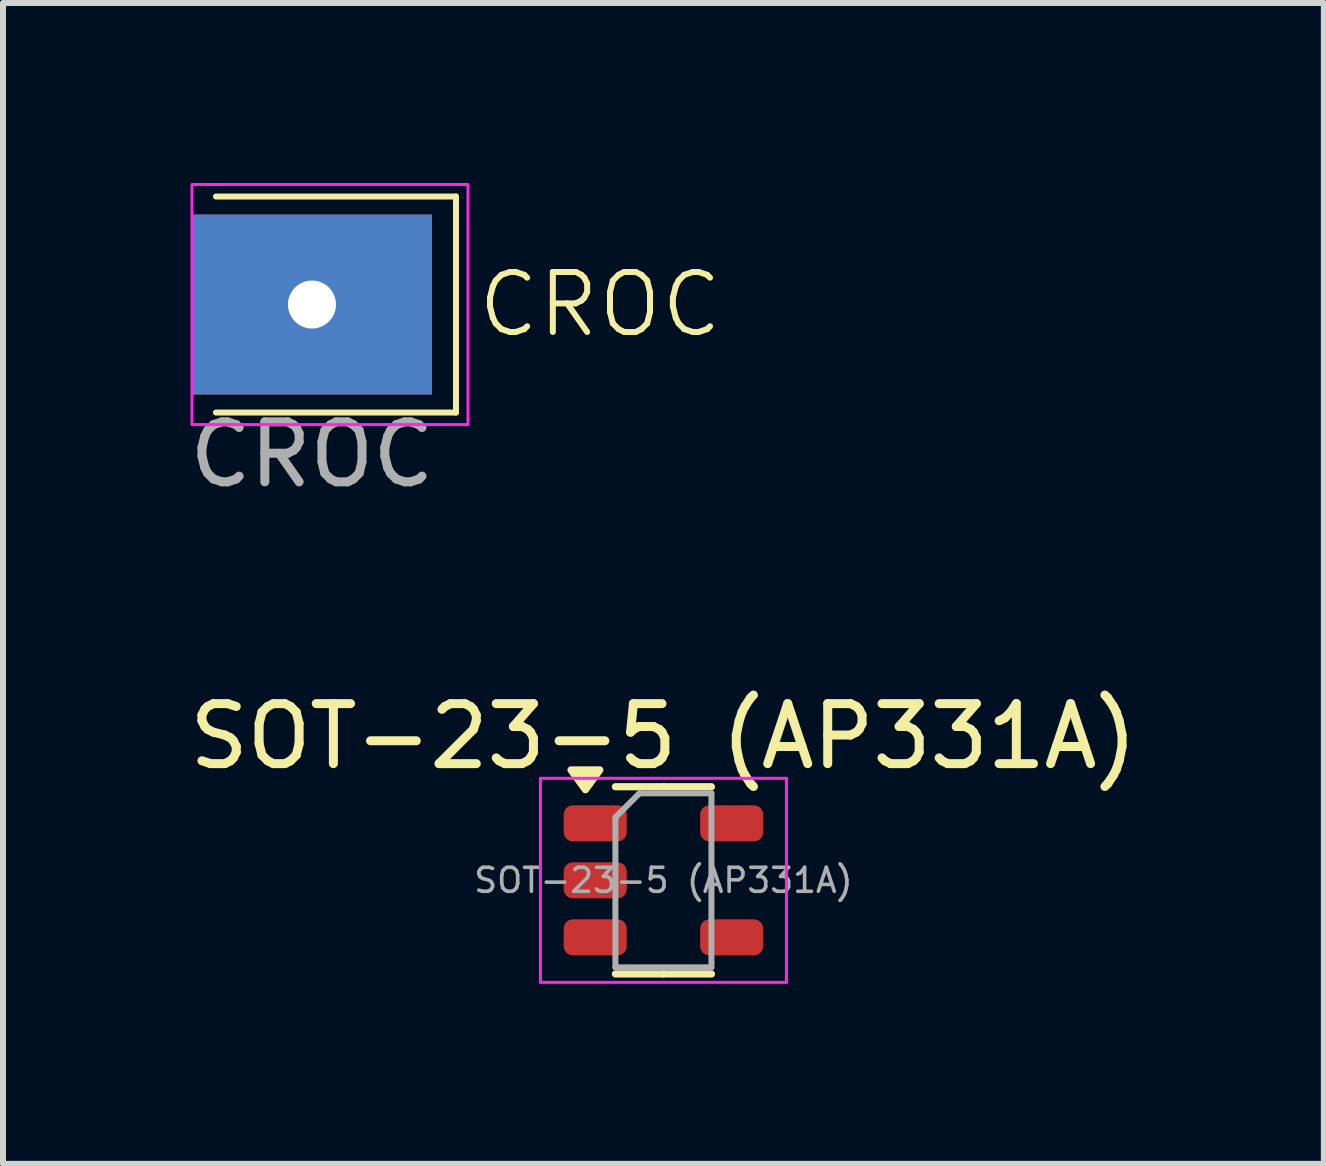
<source format=kicad_pcb>
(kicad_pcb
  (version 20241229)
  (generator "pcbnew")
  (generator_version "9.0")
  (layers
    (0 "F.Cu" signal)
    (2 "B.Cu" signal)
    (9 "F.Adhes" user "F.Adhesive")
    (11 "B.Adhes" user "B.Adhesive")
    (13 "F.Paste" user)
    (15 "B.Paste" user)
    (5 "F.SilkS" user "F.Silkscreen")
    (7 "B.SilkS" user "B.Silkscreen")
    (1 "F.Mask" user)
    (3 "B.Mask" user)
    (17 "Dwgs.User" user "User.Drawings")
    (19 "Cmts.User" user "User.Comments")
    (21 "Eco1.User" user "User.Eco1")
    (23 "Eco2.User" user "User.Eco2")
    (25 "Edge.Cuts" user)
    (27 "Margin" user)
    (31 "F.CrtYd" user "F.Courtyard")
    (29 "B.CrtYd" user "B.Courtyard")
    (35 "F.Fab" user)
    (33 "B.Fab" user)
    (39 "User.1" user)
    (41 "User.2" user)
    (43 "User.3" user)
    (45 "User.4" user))
  (footprint "SOT-23-5 (AP331A)"
    (layer "F.Cu")
    (at 8.006 11.621)
    (property "Reference" "SOT-23-5 (AP331A)" (at 0 -2.4 0) (layer "F.SilkS") (effects (font (size 1 1) (thickness 0.15))))
    (attr smd)
    (fp_line (start 0 -1.56) (end -0.8 -1.56) (stroke (width 0.12) (type solid)) (layer "F.SilkS"))
    (fp_line (start 0 -1.56) (end 0.8 -1.56) (stroke (width 0.12) (type solid)) (layer "F.SilkS"))
    (fp_line (start 0 1.56) (end -0.8 1.56) (stroke (width 0.12) (type solid)) (layer "F.SilkS"))
    (fp_line (start 0 1.56) (end 0.8 1.56) (stroke (width 0.12) (type solid)) (layer "F.SilkS"))
    (fp_poly (pts (xy -1.3 -1.51) (xy -1.54 -1.84) (xy -1.06 -1.84) (xy -1.3 -1.51)) (stroke (width 0.12) (type solid)) (fill yes) (layer "F.SilkS"))
    (fp_line (start -2.05 -1.7) (end -2.05 1.7) (stroke (width 0.05) (type solid)) (layer "F.CrtYd"))
    (fp_line (start -2.05 1.7) (end 2.05 1.7) (stroke (width 0.05) (type solid)) (layer "F.CrtYd"))
    (fp_line (start 2.05 -1.7) (end -2.05 -1.7) (stroke (width 0.05) (type solid)) (layer "F.CrtYd"))
    (fp_line (start 2.05 1.7) (end 2.05 -1.7) (stroke (width 0.05) (type solid)) (layer "F.CrtYd"))
    (fp_line (start -0.8 -1.05) (end -0.4 -1.45) (stroke (width 0.1) (type solid)) (layer "F.Fab"))
    (fp_line (start -0.8 1.45) (end -0.8 -1.05) (stroke (width 0.1) (type solid)) (layer "F.Fab"))
    (fp_line (start -0.4 -1.45) (end 0.8 -1.45) (stroke (width 0.1) (type solid)) (layer "F.Fab"))
    (fp_line (start 0.8 -1.45) (end 0.8 1.45) (stroke (width 0.1) (type solid)) (layer "F.Fab"))
    (fp_line (start 0.8 1.45) (end -0.8 1.45) (stroke (width 0.1) (type solid)) (layer "F.Fab"))
    (fp_text user "${REFERENCE}" (at 0 0 0) (layer "F.Fab") (effects (font (size 0.4 0.4) (thickness 0.06))))
    (pad "1" smd roundrect (at -1.137 -0.95) (size 1.05 0.6) (layers "F.Cu" "F.Mask" "F.Paste") (roundrect_rratio 0.25))
    (pad "2" smd roundrect (at -1.137 0) (size 1.05 0.6) (layers "F.Cu" "F.Mask" "F.Paste") (roundrect_rratio 0.25))
    (pad "3" smd roundrect (at -1.137 0.95) (size 1.05 0.6) (layers "F.Cu" "F.Mask" "F.Paste") (roundrect_rratio 0.25))
    (pad "4" smd roundrect (at 1.137 0.95) (size 1.05 0.6) (layers "F.Cu" "F.Mask" "F.Paste") (roundrect_rratio 0.25))
    (pad "5" smd roundrect (at 1.137 -0.95) (size 1.05 0.6) (layers "F.Cu" "F.Mask" "F.Paste") (roundrect_rratio 0.25)))
  (footprint "CROC"
    (layer "F.Cu")
    (at 2.149 2.025)
    (property "Reference" "CROC" (at 4.8 0 0) (unlocked yes) (layer "F.SilkS") (effects (font (size 1 1) (thickness 0.1))))
    (attr through_hole)
    (fp_line (start -1.6 -1.8) (end 2.4 -1.8) (stroke (width 0.1) (type default)) (layer "F.SilkS"))
    (fp_line (start 2.4 -1.8) (end 2.4 1.8) (stroke (width 0.1) (type default)) (layer "F.SilkS"))
    (fp_line (start 2.4 1.8) (end -1.6 1.8) (stroke (width 0.1) (type default)) (layer "F.SilkS"))
    (fp_rect (start -2 -2) (end 2.6 2) (stroke (width 0.05) (type default)) (fill no) (layer "F.CrtYd"))
    (fp_text user "${REFERENCE}" (at 0 2.5 0) (unlocked yes) (layer "F.Fab") (effects (font (size 1 1) (thickness 0.15))))
    (pad "1" thru_hole rect (at 0 0) (size 4 3) (drill 0.8) (layers "*.Cu" "*.Mask")))
  (gr_rect
    (start -3 -3)
    (end 19.012 16.346)
    (stroke (width 0.1) (type default))
    (fill no)
    (layer "Edge.Cuts")))
</source>
